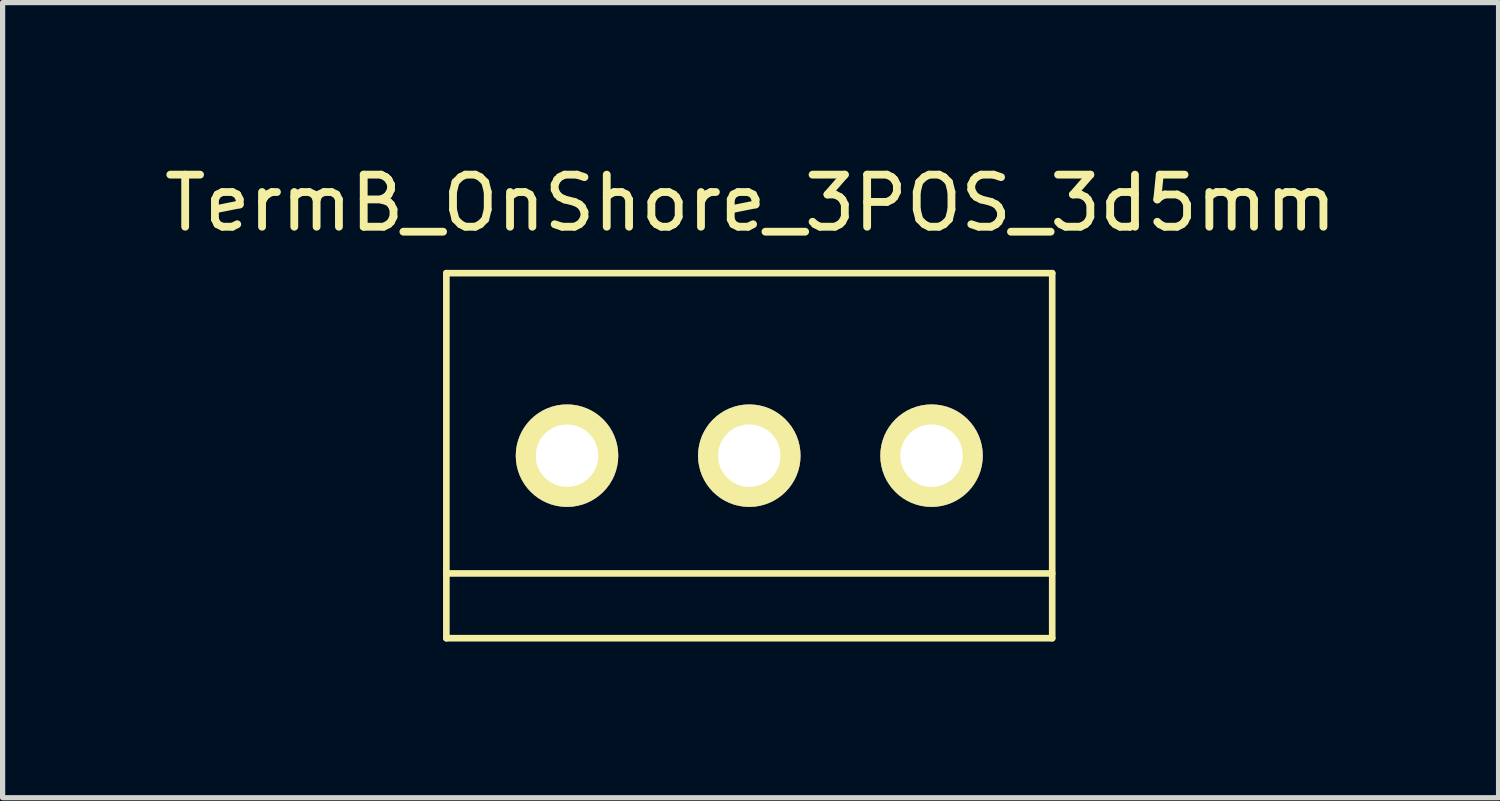
<source format=kicad_pcb>
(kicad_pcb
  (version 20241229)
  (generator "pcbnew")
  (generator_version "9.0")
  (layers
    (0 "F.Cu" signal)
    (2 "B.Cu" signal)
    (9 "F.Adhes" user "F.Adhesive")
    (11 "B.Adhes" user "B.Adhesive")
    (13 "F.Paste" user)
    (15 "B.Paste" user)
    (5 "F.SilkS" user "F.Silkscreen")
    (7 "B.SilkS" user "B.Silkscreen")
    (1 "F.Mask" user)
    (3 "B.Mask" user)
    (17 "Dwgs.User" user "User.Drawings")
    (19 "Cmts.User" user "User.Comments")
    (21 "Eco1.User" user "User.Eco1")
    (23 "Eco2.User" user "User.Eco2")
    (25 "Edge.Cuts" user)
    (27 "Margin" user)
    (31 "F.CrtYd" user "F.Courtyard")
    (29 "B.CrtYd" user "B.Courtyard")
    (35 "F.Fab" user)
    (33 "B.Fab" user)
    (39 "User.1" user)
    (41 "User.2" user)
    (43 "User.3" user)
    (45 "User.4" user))
  (footprint "TermB_OnShore_3POS_3d5mm"
    (layer "F.Cu")
    (at 11.338 5.7)
    (property "Reference" "TermB_OnShore_3POS_3d5mm" (at 0.025 -4.851 0) (layer "F.SilkS") (effects (font (size 1 1) (thickness 0.15))))
    (attr through_hole)
    (fp_line (start -5.817 -3.505) (end 5.817 -3.505) (stroke (width 0.127) (type solid)) (layer "F.SilkS"))
    (fp_line (start -5.817 2.261) (end 5.817 2.261) (stroke (width 0.127) (type solid)) (layer "F.SilkS"))
    (fp_line (start -5.817 3.505) (end -5.817 -3.505) (stroke (width 0.127) (type solid)) (layer "F.SilkS"))
    (fp_line (start 5.817 -3.505) (end 5.817 3.505) (stroke (width 0.127) (type solid)) (layer "F.SilkS"))
    (fp_line (start 5.817 3.505) (end -5.817 3.505) (stroke (width 0.127) (type solid)) (layer "F.SilkS"))
    (pad "1" thru_hole circle (at 3.5 0) (size 1.968 1.968) (drill 1.199) (layers "*.Cu" "*.Mask" "F.SilkS"))
    (pad "2" thru_hole circle (at 0 0) (size 1.968 1.968) (drill 1.199) (layers "*.Cu" "*.Mask" "F.SilkS"))
    (pad "3" thru_hole circle (at -3.5 0) (size 1.968 1.968) (drill 1.199) (layers "*.Cu" "*.Mask" "F.SilkS")))
  (gr_rect
    (start -3 -3)
    (end 25.726 12.268)
    (stroke (width 0.1) (type default))
    (fill no)
    (layer "Edge.Cuts")))
</source>
